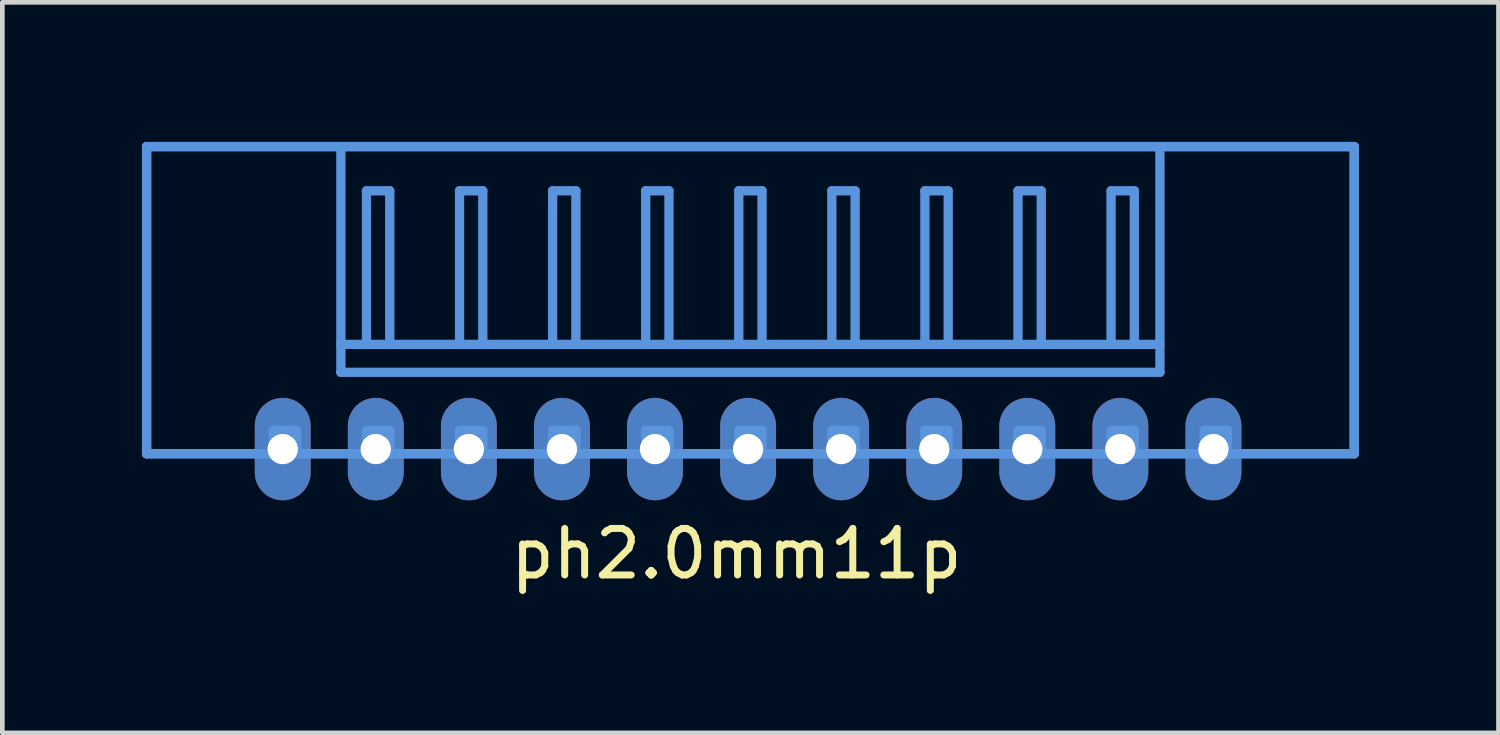
<source format=kicad_pcb>
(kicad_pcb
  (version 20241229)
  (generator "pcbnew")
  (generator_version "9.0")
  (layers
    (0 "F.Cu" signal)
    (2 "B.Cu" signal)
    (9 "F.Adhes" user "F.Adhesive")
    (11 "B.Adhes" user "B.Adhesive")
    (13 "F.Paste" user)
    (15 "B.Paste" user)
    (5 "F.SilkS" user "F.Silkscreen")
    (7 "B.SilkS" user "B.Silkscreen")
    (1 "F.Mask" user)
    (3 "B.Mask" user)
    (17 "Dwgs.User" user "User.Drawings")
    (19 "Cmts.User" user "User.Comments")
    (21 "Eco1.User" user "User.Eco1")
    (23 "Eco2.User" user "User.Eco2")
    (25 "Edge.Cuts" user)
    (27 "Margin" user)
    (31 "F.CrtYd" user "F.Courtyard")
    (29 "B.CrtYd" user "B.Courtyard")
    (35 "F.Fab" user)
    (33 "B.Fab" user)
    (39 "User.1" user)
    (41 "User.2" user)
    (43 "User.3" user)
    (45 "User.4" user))
  (footprint "ph2.0mm11p"
    (layer "F.Cu")
    (at 13.025 3.6)
    (property "Reference" "ph2.0mm11p" (at -0.25 5.25 180) (layer "F.SilkS") (effects (font (size 1 1) (thickness 0.15))))
    (attr through_hole)
    (fp_line (start -12.925 -3.5) (end -12.925 3.1) (stroke (width 0.2) (type solid)) (layer "Cmts.User"))
    (fp_line (start -12.925 -3.5) (end 13.025 -3.5) (stroke (width 0.2) (type solid)) (layer "Cmts.User"))
    (fp_line (start -12.925 3.1) (end -12.925 -3.5) (stroke (width 0.2) (type solid)) (layer "Cmts.User"))
    (fp_line (start -12.925 3.1) (end -10.2 3.1) (stroke (width 0.2) (type solid)) (layer "Cmts.User"))
    (fp_line (start -10.2 2.6) (end -10.2 3.1) (stroke (width 0.2) (type solid)) (layer "Cmts.User"))
    (fp_line (start -10.2 3.1) (end -9.7 3.1) (stroke (width 0.2) (type solid)) (layer "Cmts.User"))
    (fp_line (start -9.7 2.6) (end -10.2 2.6) (stroke (width 0.2) (type solid)) (layer "Cmts.User"))
    (fp_line (start -9.7 3.1) (end -9.7 2.6) (stroke (width 0.2) (type solid)) (layer "Cmts.User"))
    (fp_line (start -9.7 3.1) (end -8.2 3.1) (stroke (width 0.2) (type solid)) (layer "Cmts.User"))
    (fp_line (start -8.75 -3.5) (end -12.925 -3.5) (stroke (width 0.2) (type solid)) (layer "Cmts.User"))
    (fp_line (start -8.75 -3.5) (end 8.85 -3.5) (stroke (width 0.2) (type solid)) (layer "Cmts.User"))
    (fp_line (start -8.75 0.75) (end 8.85 0.75) (stroke (width 0.2) (type solid)) (layer "Cmts.User"))
    (fp_line (start -8.75 1.35) (end -8.75 -3.5) (stroke (width 0.2) (type solid)) (layer "Cmts.User"))
    (fp_line (start -8.75 1.35) (end 8.85 1.35) (stroke (width 0.2) (type solid)) (layer "Cmts.User"))
    (fp_line (start -8.2 -2.55) (end -7.7 -2.55) (stroke (width 0.2) (type solid)) (layer "Cmts.User"))
    (fp_line (start -8.2 0.75) (end -8.2 -2.55) (stroke (width 0.2) (type solid)) (layer "Cmts.User"))
    (fp_line (start -8.2 2.6) (end -8.2 3.1) (stroke (width 0.2) (type solid)) (layer "Cmts.User"))
    (fp_line (start -8.2 3.1) (end -7.7 3.1) (stroke (width 0.2) (type solid)) (layer "Cmts.User"))
    (fp_line (start -7.7 0.75) (end -7.7 -2.55) (stroke (width 0.2) (type solid)) (layer "Cmts.User"))
    (fp_line (start -7.7 2.6) (end -8.2 2.6) (stroke (width 0.2) (type solid)) (layer "Cmts.User"))
    (fp_line (start -7.7 3.1) (end -7.7 2.6) (stroke (width 0.2) (type solid)) (layer "Cmts.User"))
    (fp_line (start -7.7 3.1) (end -6.2 3.1) (stroke (width 0.2) (type solid)) (layer "Cmts.User"))
    (fp_line (start -6.2 -2.55) (end -5.7 -2.55) (stroke (width 0.2) (type solid)) (layer "Cmts.User"))
    (fp_line (start -6.2 0.75) (end -6.2 -2.55) (stroke (width 0.2) (type solid)) (layer "Cmts.User"))
    (fp_line (start -6.2 2.6) (end -6.2 3.1) (stroke (width 0.2) (type solid)) (layer "Cmts.User"))
    (fp_line (start -6.2 3.1) (end -5.7 3.1) (stroke (width 0.2) (type solid)) (layer "Cmts.User"))
    (fp_line (start -5.7 0.75) (end -5.7 -2.55) (stroke (width 0.2) (type solid)) (layer "Cmts.User"))
    (fp_line (start -5.7 2.6) (end -6.2 2.6) (stroke (width 0.2) (type solid)) (layer "Cmts.User"))
    (fp_line (start -5.7 3.1) (end -5.7 2.6) (stroke (width 0.2) (type solid)) (layer "Cmts.User"))
    (fp_line (start -5.7 3.1) (end -4.2 3.1) (stroke (width 0.2) (type solid)) (layer "Cmts.User"))
    (fp_line (start -4.2 -2.55) (end -3.7 -2.55) (stroke (width 0.2) (type solid)) (layer "Cmts.User"))
    (fp_line (start -4.2 0.75) (end -4.2 -2.55) (stroke (width 0.2) (type solid)) (layer "Cmts.User"))
    (fp_line (start -4.2 2.6) (end -4.2 3.1) (stroke (width 0.2) (type solid)) (layer "Cmts.User"))
    (fp_line (start -4.2 3.1) (end -3.7 3.1) (stroke (width 0.2) (type solid)) (layer "Cmts.User"))
    (fp_line (start -3.7 0.75) (end -3.7 -2.55) (stroke (width 0.2) (type solid)) (layer "Cmts.User"))
    (fp_line (start -3.7 2.6) (end -4.2 2.6) (stroke (width 0.2) (type solid)) (layer "Cmts.User"))
    (fp_line (start -3.7 3.1) (end -3.7 2.6) (stroke (width 0.2) (type solid)) (layer "Cmts.User"))
    (fp_line (start -3.7 3.1) (end -2.2 3.1) (stroke (width 0.2) (type solid)) (layer "Cmts.User"))
    (fp_line (start -2.2 -2.55) (end -1.7 -2.55) (stroke (width 0.2) (type solid)) (layer "Cmts.User"))
    (fp_line (start -2.2 0.75) (end -2.2 -2.55) (stroke (width 0.2) (type solid)) (layer "Cmts.User"))
    (fp_line (start -2.2 2.6) (end -2.2 3.1) (stroke (width 0.2) (type solid)) (layer "Cmts.User"))
    (fp_line (start -2.2 3.1) (end -1.7 3.1) (stroke (width 0.2) (type solid)) (layer "Cmts.User"))
    (fp_line (start -1.7 0.75) (end -1.7 -2.55) (stroke (width 0.2) (type solid)) (layer "Cmts.User"))
    (fp_line (start -1.7 2.6) (end -2.2 2.6) (stroke (width 0.2) (type solid)) (layer "Cmts.User"))
    (fp_line (start -1.7 3.1) (end -1.7 2.6) (stroke (width 0.2) (type solid)) (layer "Cmts.User"))
    (fp_line (start -1.7 3.1) (end -0.2 3.1) (stroke (width 0.2) (type solid)) (layer "Cmts.User"))
    (fp_line (start -0.2 -2.55) (end 0.3 -2.55) (stroke (width 0.2) (type solid)) (layer "Cmts.User"))
    (fp_line (start -0.2 0.75) (end -0.2 -2.55) (stroke (width 0.2) (type solid)) (layer "Cmts.User"))
    (fp_line (start -0.2 2.6) (end -0.2 3.1) (stroke (width 0.2) (type solid)) (layer "Cmts.User"))
    (fp_line (start -0.2 3.1) (end 0.3 3.1) (stroke (width 0.2) (type solid)) (layer "Cmts.User"))
    (fp_line (start 0.3 0.75) (end 0.3 -2.55) (stroke (width 0.2) (type solid)) (layer "Cmts.User"))
    (fp_line (start 0.3 2.6) (end -0.2 2.6) (stroke (width 0.2) (type solid)) (layer "Cmts.User"))
    (fp_line (start 0.3 3.1) (end 0.3 2.6) (stroke (width 0.2) (type solid)) (layer "Cmts.User"))
    (fp_line (start 0.3 3.1) (end 1.8 3.1) (stroke (width 0.2) (type solid)) (layer "Cmts.User"))
    (fp_line (start 1.8 -2.55) (end 2.3 -2.55) (stroke (width 0.2) (type solid)) (layer "Cmts.User"))
    (fp_line (start 1.8 0.75) (end 1.8 -2.55) (stroke (width 0.2) (type solid)) (layer "Cmts.User"))
    (fp_line (start 1.8 2.6) (end 1.8 3.1) (stroke (width 0.2) (type solid)) (layer "Cmts.User"))
    (fp_line (start 1.8 3.1) (end 2.3 3.1) (stroke (width 0.2) (type solid)) (layer "Cmts.User"))
    (fp_line (start 2.3 0.75) (end 2.3 -2.55) (stroke (width 0.2) (type solid)) (layer "Cmts.User"))
    (fp_line (start 2.3 2.6) (end 1.8 2.6) (stroke (width 0.2) (type solid)) (layer "Cmts.User"))
    (fp_line (start 2.3 3.1) (end 2.3 2.6) (stroke (width 0.2) (type solid)) (layer "Cmts.User"))
    (fp_line (start 2.3 3.1) (end 3.8 3.1) (stroke (width 0.2) (type solid)) (layer "Cmts.User"))
    (fp_line (start 3.8 -2.55) (end 4.3 -2.55) (stroke (width 0.2) (type solid)) (layer "Cmts.User"))
    (fp_line (start 3.8 0.75) (end 3.8 -2.55) (stroke (width 0.2) (type solid)) (layer "Cmts.User"))
    (fp_line (start 3.8 2.6) (end 3.8 3.1) (stroke (width 0.2) (type solid)) (layer "Cmts.User"))
    (fp_line (start 3.8 3.1) (end 4.3 3.1) (stroke (width 0.2) (type solid)) (layer "Cmts.User"))
    (fp_line (start 4.3 0.75) (end 4.3 -2.55) (stroke (width 0.2) (type solid)) (layer "Cmts.User"))
    (fp_line (start 4.3 2.6) (end 3.8 2.6) (stroke (width 0.2) (type solid)) (layer "Cmts.User"))
    (fp_line (start 4.3 3.1) (end 4.3 2.6) (stroke (width 0.2) (type solid)) (layer "Cmts.User"))
    (fp_line (start 4.3 3.1) (end 5.8 3.1) (stroke (width 0.2) (type solid)) (layer "Cmts.User"))
    (fp_line (start 5.8 -2.55) (end 6.3 -2.55) (stroke (width 0.2) (type solid)) (layer "Cmts.User"))
    (fp_line (start 5.8 0.75) (end 5.8 -2.55) (stroke (width 0.2) (type solid)) (layer "Cmts.User"))
    (fp_line (start 5.8 2.6) (end 5.8 3.1) (stroke (width 0.2) (type solid)) (layer "Cmts.User"))
    (fp_line (start 5.8 3.1) (end 6.3 3.1) (stroke (width 0.2) (type solid)) (layer "Cmts.User"))
    (fp_line (start 6.3 0.75) (end 6.3 -2.55) (stroke (width 0.2) (type solid)) (layer "Cmts.User"))
    (fp_line (start 6.3 2.6) (end 5.8 2.6) (stroke (width 0.2) (type solid)) (layer "Cmts.User"))
    (fp_line (start 6.3 3.1) (end 6.3 2.6) (stroke (width 0.2) (type solid)) (layer "Cmts.User"))
    (fp_line (start 6.3 3.1) (end 7.8 3.1) (stroke (width 0.2) (type solid)) (layer "Cmts.User"))
    (fp_line (start 7.8 -2.55) (end 8.3 -2.55) (stroke (width 0.2) (type solid)) (layer "Cmts.User"))
    (fp_line (start 7.8 0.75) (end 7.8 -2.55) (stroke (width 0.2) (type solid)) (layer "Cmts.User"))
    (fp_line (start 7.8 2.6) (end 7.8 3.1) (stroke (width 0.2) (type solid)) (layer "Cmts.User"))
    (fp_line (start 7.8 3.1) (end 8.3 3.1) (stroke (width 0.2) (type solid)) (layer "Cmts.User"))
    (fp_line (start 8.3 0.75) (end 8.3 -2.55) (stroke (width 0.2) (type solid)) (layer "Cmts.User"))
    (fp_line (start 8.3 2.6) (end 7.8 2.6) (stroke (width 0.2) (type solid)) (layer "Cmts.User"))
    (fp_line (start 8.3 3.1) (end 8.3 2.6) (stroke (width 0.2) (type solid)) (layer "Cmts.User"))
    (fp_line (start 8.3 3.1) (end 9.8 3.1) (stroke (width 0.2) (type solid)) (layer "Cmts.User"))
    (fp_line (start 8.85 1.35) (end 8.85 -3.5) (stroke (width 0.2) (type solid)) (layer "Cmts.User"))
    (fp_line (start 9.8 2.6) (end 9.8 3.1) (stroke (width 0.2) (type solid)) (layer "Cmts.User"))
    (fp_line (start 9.8 3.1) (end 10.3 3.1) (stroke (width 0.2) (type solid)) (layer "Cmts.User"))
    (fp_line (start 10.3 2.6) (end 9.8 2.6) (stroke (width 0.2) (type solid)) (layer "Cmts.User"))
    (fp_line (start 10.3 3.1) (end 10.3 2.6) (stroke (width 0.2) (type solid)) (layer "Cmts.User"))
    (fp_line (start 10.3 3.1) (end 13.025 3.1) (stroke (width 0.2) (type solid)) (layer "Cmts.User"))
    (fp_line (start 13.025 -3.5) (end 8.85 -3.5) (stroke (width 0.2) (type solid)) (layer "Cmts.User"))
    (fp_line (start 13.025 -3.5) (end 13.025 3.1) (stroke (width 0.2) (type solid)) (layer "Cmts.User"))
    (fp_line (start 13.025 3.1) (end -12.925 3.1) (stroke (width 0.2) (type solid)) (layer "Cmts.User"))
    (fp_line (start 13.025 3.1) (end 13.025 -3.5) (stroke (width 0.2) (type solid)) (layer "Cmts.User"))
    (pad "1" thru_hole oval (at 10 3 180) (size 1.2 2.2) (drill 0.65) (layers "*.Cu" "*.Mask"))
    (pad "2" thru_hole oval (at 8 3 180) (size 1.2 2.2) (drill 0.65) (layers "*.Cu" "*.Mask"))
    (pad "3" thru_hole oval (at 6 3 180) (size 1.2 2.2) (drill 0.65) (layers "*.Cu" "*.Mask"))
    (pad "4" thru_hole oval (at 4 3 180) (size 1.2 2.2) (drill 0.65) (layers "*.Cu" "*.Mask"))
    (pad "5" thru_hole oval (at 2 3 180) (size 1.2 2.2) (drill 0.65) (layers "*.Cu" "*.Mask"))
    (pad "6" thru_hole oval (at 0 3 180) (size 1.2 2.2) (drill 0.65) (layers "*.Cu" "*.Mask"))
    (pad "7" thru_hole oval (at -2 3 180) (size 1.2 2.2) (drill 0.65) (layers "*.Cu" "*.Mask"))
    (pad "8" thru_hole oval (at -4 3 180) (size 1.2 2.2) (drill 0.65) (layers "*.Cu" "*.Mask"))
    (pad "9" thru_hole oval (at -6 3 180) (size 1.2 2.2) (drill 0.65) (layers "*.Cu" "*.Mask"))
    (pad "10" thru_hole oval (at -8 3 180) (size 1.2 2.2) (drill 0.65) (layers "*.Cu" "*.Mask"))
    (pad "11" thru_hole oval (at -10 3 180) (size 1.2 2.2) (drill 0.65) (layers "*.Cu" "*.Mask")))
  (gr_rect
    (start -3 -3)
    (end 29.15 12.698)
    (stroke (width 0.1) (type default))
    (fill no)
    (layer "Edge.Cuts")))
</source>
